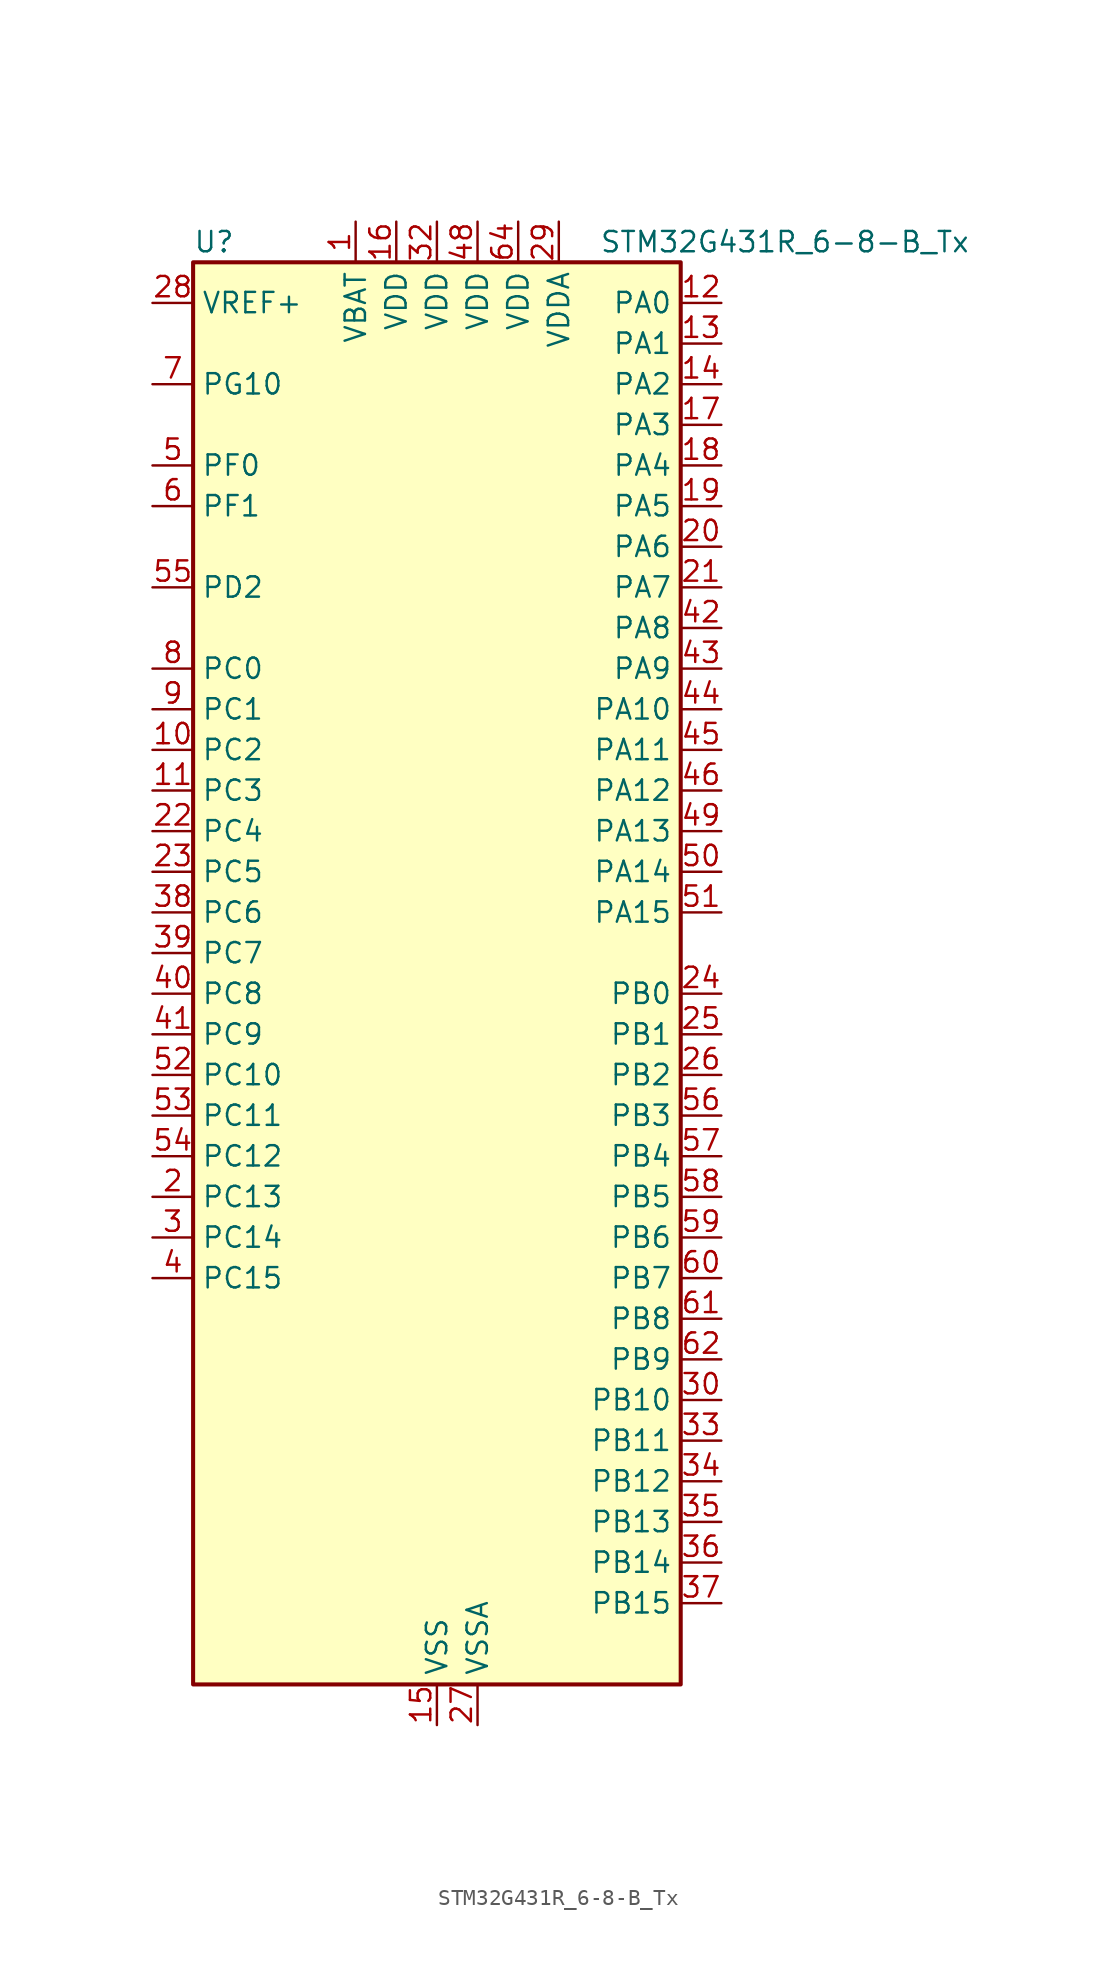
<source format=kicad_sym>
(kicad_symbol_lib
  (version 20220914)
  (generator kicad_symbol_editor)
  (symbol "STM32G431R_6-8-B_Tx"
    (property "Reference" "U"
      (at -15.24 46.99 0)
      (effects (font (size 1.27 1.27)) (justify left)))
    (property "Value" "STM32G431R_6-8-B_Tx"
      (at 10.16 46.99 0)
      (effects (font (size 1.27 1.27)) (justify left)))
    (property "ki_locked" ""
      (at 0 0 0)
      (effects (font (size 1.27 1.27))))
    (symbol "STM32G431R_6-8-B_Tx_0_1"
      (rectangle (start -15.24 -43.18) (end 15.24 45.72) (stroke (width 0.254) (type default)) (fill (type background))))
    (symbol "STM32G431R_6-8-B_Tx_1_1"
      (pin power_in line (at -5.08 48.26 270) (length 2.54) (name "VBAT" (effects (font (size 1.27 1.27)))) (number "1" (effects (font (size 1.27 1.27)))))
      (pin bidirectional line (at -17.78 15.24 0) (length 2.54) (name "PC2" (effects (font (size 1.27 1.27)))) (number "10" (effects (font (size 1.27 1.27)))) (alternate "ADC1_IN8" bidirectional line) (alternate "ADC2_IN8" bidirectional line) (alternate "COMP3_OUT" bidirectional line) (alternate "LPTIM1_IN2" bidirectional line) (alternate "TIM1_CH3" bidirectional line))
      (pin bidirectional line (at -17.78 12.7 0) (length 2.54) (name "PC3" (effects (font (size 1.27 1.27)))) (number "11" (effects (font (size 1.27 1.27)))) (alternate "ADC1_IN9" bidirectional line) (alternate "ADC2_IN9" bidirectional line) (alternate "LPTIM1_ETR" bidirectional line) (alternate "SAI1_D1" bidirectional line) (alternate "SAI1_SD_A" bidirectional line) (alternate "TIM1_BKIN2" bidirectional line) (alternate "TIM1_CH4" bidirectional line))
      (pin bidirectional line (at 17.78 43.18 180) (length 2.54) (name "PA0" (effects (font (size 1.27 1.27)))) (number "12" (effects (font (size 1.27 1.27)))) (alternate "ADC1_IN1" bidirectional line) (alternate "ADC2_IN1" bidirectional line) (alternate "COMP1_INM" bidirectional line) (alternate "COMP1_OUT" bidirectional line) (alternate "COMP3_INP" bidirectional line) (alternate "RTC_TAMP2" bidirectional line) (alternate "SYS_WKUP1" bidirectional line) (alternate "TIM2_CH1" bidirectional line) (alternate "TIM2_ETR" bidirectional line) (alternate "TIM8_BKIN" bidirectional line) (alternate "TIM8_ETR" bidirectional line) (alternate "USART2_CTS" bidirectional line) (alternate "USART2_NSS" bidirectional line))
      (pin bidirectional line (at 17.78 40.64 180) (length 2.54) (name "PA1" (effects (font (size 1.27 1.27)))) (number "13" (effects (font (size 1.27 1.27)))) (alternate "ADC1_IN2" bidirectional line) (alternate "ADC2_IN2" bidirectional line) (alternate "COMP1_INP" bidirectional line) (alternate "OPAMP1_VINP" bidirectional line) (alternate "OPAMP1_VINP_SEC" bidirectional line) (alternate "OPAMP3_VINP" bidirectional line) (alternate "OPAMP3_VINP_SEC" bidirectional line) (alternate "RTC_REFIN" bidirectional line) (alternate "TIM15_CH1N" bidirectional line) (alternate "TIM2_CH2" bidirectional line) (alternate "USART2_DE" bidirectional line) (alternate "USART2_RTS" bidirectional line))
      (pin bidirectional line (at 17.78 38.1 180) (length 2.54) (name "PA2" (effects (font (size 1.27 1.27)))) (number "14" (effects (font (size 1.27 1.27)))) (alternate "ADC1_IN3" bidirectional line) (alternate "COMP2_INM" bidirectional line) (alternate "COMP2_OUT" bidirectional line) (alternate "LPUART1_TX" bidirectional line) (alternate "OPAMP1_VOUT" bidirectional line) (alternate "RCC_LSCO" bidirectional line) (alternate "SYS_WKUP4" bidirectional line) (alternate "TIM15_CH1" bidirectional line) (alternate "TIM2_CH3" bidirectional line) (alternate "UCPD1_FRSTX1" bidirectional line) (alternate "UCPD1_FRSTX2" bidirectional line) (alternate "USART2_TX" bidirectional line))
      (pin power_in line (at 0 -45.72 90) (length 2.54) (name "VSS" (effects (font (size 1.27 1.27)))) (number "15" (effects (font (size 1.27 1.27)))))
      (pin power_in line (at -2.54 48.26 270) (length 2.54) (name "VDD" (effects (font (size 1.27 1.27)))) (number "16" (effects (font (size 1.27 1.27)))))
      (pin bidirectional line (at 17.78 35.56 180) (length 2.54) (name "PA3" (effects (font (size 1.27 1.27)))) (number "17" (effects (font (size 1.27 1.27)))) (alternate "ADC1_IN4" bidirectional line) (alternate "COMP2_INP" bidirectional line) (alternate "LPUART1_RX" bidirectional line) (alternate "OPAMP1_VINM" bidirectional line) (alternate "OPAMP1_VINM0" bidirectional line) (alternate "OPAMP1_VINM_SEC" bidirectional line) (alternate "OPAMP1_VINP" bidirectional line) (alternate "OPAMP1_VINP_SEC" bidirectional line) (alternate "SAI1_CK1" bidirectional line) (alternate "SAI1_MCLK_A" bidirectional line) (alternate "TIM15_CH2" bidirectional line) (alternate "TIM2_CH4" bidirectional line) (alternate "USART2_RX" bidirectional line))
      (pin bidirectional line (at 17.78 33.02 180) (length 2.54) (name "PA4" (effects (font (size 1.27 1.27)))) (number "18" (effects (font (size 1.27 1.27)))) (alternate "ADC2_IN17" bidirectional line) (alternate "COMP1_INM" bidirectional line) (alternate "DAC1_OUT1" bidirectional line) (alternate "I2S3_WS" bidirectional line) (alternate "SAI1_FS_B" bidirectional line) (alternate "SPI1_NSS" bidirectional line) (alternate "SPI3_NSS" bidirectional line) (alternate "TIM3_CH2" bidirectional line) (alternate "USART2_CK" bidirectional line))
      (pin bidirectional line (at 17.78 30.48 180) (length 2.54) (name "PA5" (effects (font (size 1.27 1.27)))) (number "19" (effects (font (size 1.27 1.27)))) (alternate "ADC2_IN13" bidirectional line) (alternate "COMP2_INM" bidirectional line) (alternate "DAC1_OUT2" bidirectional line) (alternate "OPAMP2_VINM" bidirectional line) (alternate "OPAMP2_VINM0" bidirectional line) (alternate "OPAMP2_VINM_SEC" bidirectional line) (alternate "SPI1_SCK" bidirectional line) (alternate "TIM2_CH1" bidirectional line) (alternate "TIM2_ETR" bidirectional line) (alternate "UCPD1_FRSTX1" bidirectional line) (alternate "UCPD1_FRSTX2" bidirectional line))
      (pin bidirectional line (at -17.78 -12.7 0) (length 2.54) (name "PC13" (effects (font (size 1.27 1.27)))) (number "2" (effects (font (size 1.27 1.27)))) (alternate "RTC_OUT1" bidirectional line) (alternate "RTC_TAMP1" bidirectional line) (alternate "RTC_TS" bidirectional line) (alternate "SYS_WKUP2" bidirectional line) (alternate "TIM1_BKIN" bidirectional line) (alternate "TIM1_CH1N" bidirectional line) (alternate "TIM8_CH4N" bidirectional line))
      (pin bidirectional line (at 17.78 27.94 180) (length 2.54) (name "PA6" (effects (font (size 1.27 1.27)))) (number "20" (effects (font (size 1.27 1.27)))) (alternate "ADC2_IN3" bidirectional line) (alternate "COMP1_OUT" bidirectional line) (alternate "LPUART1_CTS" bidirectional line) (alternate "OPAMP2_VOUT" bidirectional line) (alternate "SPI1_MISO" bidirectional line) (alternate "TIM16_CH1" bidirectional line) (alternate "TIM1_BKIN" bidirectional line) (alternate "TIM3_CH1" bidirectional line) (alternate "TIM8_BKIN" bidirectional line))
      (pin bidirectional line (at 17.78 25.4 180) (length 2.54) (name "PA7" (effects (font (size 1.27 1.27)))) (number "21" (effects (font (size 1.27 1.27)))) (alternate "ADC2_IN4" bidirectional line) (alternate "COMP2_INP" bidirectional line) (alternate "COMP2_OUT" bidirectional line) (alternate "OPAMP1_VINP" bidirectional line) (alternate "OPAMP1_VINP_SEC" bidirectional line) (alternate "OPAMP2_VINP" bidirectional line) (alternate "OPAMP2_VINP_SEC" bidirectional line) (alternate "SPI1_MOSI" bidirectional line) (alternate "TIM17_CH1" bidirectional line) (alternate "TIM1_CH1N" bidirectional line) (alternate "TIM3_CH2" bidirectional line) (alternate "TIM8_CH1N" bidirectional line) (alternate "UCPD1_FRSTX1" bidirectional line) (alternate "UCPD1_FRSTX2" bidirectional line))
      (pin bidirectional line (at -17.78 10.16 0) (length 2.54) (name "PC4" (effects (font (size 1.27 1.27)))) (number "22" (effects (font (size 1.27 1.27)))) (alternate "ADC2_IN5" bidirectional line) (alternate "I2C2_SCL" bidirectional line) (alternate "TIM1_ETR" bidirectional line) (alternate "USART1_TX" bidirectional line))
      (pin bidirectional line (at -17.78 7.62 0) (length 2.54) (name "PC5" (effects (font (size 1.27 1.27)))) (number "23" (effects (font (size 1.27 1.27)))) (alternate "ADC2_IN11" bidirectional line) (alternate "OPAMP1_VINM" bidirectional line) (alternate "OPAMP1_VINM1" bidirectional line) (alternate "OPAMP1_VINM_SEC" bidirectional line) (alternate "OPAMP2_VINM" bidirectional line) (alternate "OPAMP2_VINM1" bidirectional line) (alternate "OPAMP2_VINM_SEC" bidirectional line) (alternate "SAI1_D3" bidirectional line) (alternate "SYS_WKUP5" bidirectional line) (alternate "TIM15_BKIN" bidirectional line) (alternate "TIM1_CH4N" bidirectional line) (alternate "USART1_RX" bidirectional line))
      (pin bidirectional line (at 17.78 0 180) (length 2.54) (name "PB0" (effects (font (size 1.27 1.27)))) (number "24" (effects (font (size 1.27 1.27)))) (alternate "ADC1_IN15" bidirectional line) (alternate "COMP4_INP" bidirectional line) (alternate "OPAMP2_VINP" bidirectional line) (alternate "OPAMP2_VINP_SEC" bidirectional line) (alternate "OPAMP3_VINP" bidirectional line) (alternate "OPAMP3_VINP_SEC" bidirectional line) (alternate "TIM1_CH2N" bidirectional line) (alternate "TIM3_CH3" bidirectional line) (alternate "TIM8_CH2N" bidirectional line) (alternate "UCPD1_FRSTX1" bidirectional line) (alternate "UCPD1_FRSTX2" bidirectional line))
      (pin bidirectional line (at 17.78 -2.54 180) (length 2.54) (name "PB1" (effects (font (size 1.27 1.27)))) (number "25" (effects (font (size 1.27 1.27)))) (alternate "ADC1_IN12" bidirectional line) (alternate "COMP1_INP" bidirectional line) (alternate "COMP4_OUT" bidirectional line) (alternate "LPUART1_DE" bidirectional line) (alternate "LPUART1_RTS" bidirectional line) (alternate "OPAMP3_VOUT" bidirectional line) (alternate "TIM1_CH3N" bidirectional line) (alternate "TIM3_CH4" bidirectional line) (alternate "TIM8_CH3N" bidirectional line))
      (pin bidirectional line (at 17.78 -5.08 180) (length 2.54) (name "PB2" (effects (font (size 1.27 1.27)))) (number "26" (effects (font (size 1.27 1.27)))) (alternate "ADC2_IN12" bidirectional line) (alternate "COMP4_INM" bidirectional line) (alternate "I2C3_SMBA" bidirectional line) (alternate "LPTIM1_OUT" bidirectional line) (alternate "OPAMP3_VINM" bidirectional line) (alternate "OPAMP3_VINM0" bidirectional line) (alternate "OPAMP3_VINM_SEC" bidirectional line) (alternate "RTC_OUT2" bidirectional line))
      (pin power_in line (at 2.54 -45.72 90) (length 2.54) (name "VSSA" (effects (font (size 1.27 1.27)))) (number "27" (effects (font (size 1.27 1.27)))))
      (pin input line (at -17.78 43.18 0) (length 2.54) (name "VREF+" (effects (font (size 1.27 1.27)))) (number "28" (effects (font (size 1.27 1.27)))) (alternate "VREFBUF_OUT" bidirectional line))
      (pin power_in line (at 7.62 48.26 270) (length 2.54) (name "VDDA" (effects (font (size 1.27 1.27)))) (number "29" (effects (font (size 1.27 1.27)))))
      (pin bidirectional line (at -17.78 -15.24 0) (length 2.54) (name "PC14" (effects (font (size 1.27 1.27)))) (number "3" (effects (font (size 1.27 1.27)))) (alternate "RCC_OSC32_IN" bidirectional line))
      (pin bidirectional line (at 17.78 -25.4 180) (length 2.54) (name "PB10" (effects (font (size 1.27 1.27)))) (number "30" (effects (font (size 1.27 1.27)))) (alternate "DAC1_EXTI10" bidirectional line) (alternate "DAC3_EXTI10" bidirectional line) (alternate "LPUART1_RX" bidirectional line) (alternate "OPAMP3_VINM" bidirectional line) (alternate "OPAMP3_VINM1" bidirectional line) (alternate "OPAMP3_VINM_SEC" bidirectional line) (alternate "SAI1_SCK_A" bidirectional line) (alternate "TIM1_BKIN" bidirectional line) (alternate "TIM2_CH3" bidirectional line) (alternate "USART3_TX" bidirectional line))
      (pin passive line (at 0 -45.72 90) (length 2.54) hide (name "VSS" (effects (font (size 1.27 1.27)))) (number "31" (effects (font (size 1.27 1.27)))))
      (pin power_in line (at 0 48.26 270) (length 2.54) (name "VDD" (effects (font (size 1.27 1.27)))) (number "32" (effects (font (size 1.27 1.27)))))
      (pin bidirectional line (at 17.78 -27.94 180) (length 2.54) (name "PB11" (effects (font (size 1.27 1.27)))) (number "33" (effects (font (size 1.27 1.27)))) (alternate "ADC1_EXTI11" bidirectional line) (alternate "ADC1_IN14" bidirectional line) (alternate "ADC2_EXTI11" bidirectional line) (alternate "ADC2_IN14" bidirectional line) (alternate "LPUART1_TX" bidirectional line) (alternate "TIM2_CH4" bidirectional line) (alternate "USART3_RX" bidirectional line))
      (pin bidirectional line (at 17.78 -30.48 180) (length 2.54) (name "PB12" (effects (font (size 1.27 1.27)))) (number "34" (effects (font (size 1.27 1.27)))) (alternate "ADC1_IN11" bidirectional line) (alternate "I2C2_SMBA" bidirectional line) (alternate "I2S2_WS" bidirectional line) (alternate "LPUART1_DE" bidirectional line) (alternate "LPUART1_RTS" bidirectional line) (alternate "SPI2_NSS" bidirectional line) (alternate "TIM1_BKIN" bidirectional line) (alternate "USART3_CK" bidirectional line))
      (pin bidirectional line (at 17.78 -33.02 180) (length 2.54) (name "PB13" (effects (font (size 1.27 1.27)))) (number "35" (effects (font (size 1.27 1.27)))) (alternate "I2S2_CK" bidirectional line) (alternate "LPUART1_CTS" bidirectional line) (alternate "OPAMP3_VINP" bidirectional line) (alternate "OPAMP3_VINP_SEC" bidirectional line) (alternate "SPI2_SCK" bidirectional line) (alternate "TIM1_CH1N" bidirectional line) (alternate "USART3_CTS" bidirectional line) (alternate "USART3_NSS" bidirectional line))
      (pin bidirectional line (at 17.78 -35.56 180) (length 2.54) (name "PB14" (effects (font (size 1.27 1.27)))) (number "36" (effects (font (size 1.27 1.27)))) (alternate "ADC1_IN5" bidirectional line) (alternate "COMP4_OUT" bidirectional line) (alternate "OPAMP2_VINP" bidirectional line) (alternate "OPAMP2_VINP_SEC" bidirectional line) (alternate "SPI2_MISO" bidirectional line) (alternate "TIM15_CH1" bidirectional line) (alternate "TIM1_CH2N" bidirectional line) (alternate "USART3_DE" bidirectional line) (alternate "USART3_RTS" bidirectional line))
      (pin bidirectional line (at 17.78 -38.1 180) (length 2.54) (name "PB15" (effects (font (size 1.27 1.27)))) (number "37" (effects (font (size 1.27 1.27)))) (alternate "ADC1_EXTI15" bidirectional line) (alternate "ADC2_EXTI15" bidirectional line) (alternate "ADC2_IN15" bidirectional line) (alternate "COMP3_OUT" bidirectional line) (alternate "I2S2_SD" bidirectional line) (alternate "RTC_REFIN" bidirectional line) (alternate "SPI2_MOSI" bidirectional line) (alternate "TIM15_CH1N" bidirectional line) (alternate "TIM15_CH2" bidirectional line) (alternate "TIM1_CH3N" bidirectional line))
      (pin bidirectional line (at -17.78 5.08 0) (length 2.54) (name "PC6" (effects (font (size 1.27 1.27)))) (number "38" (effects (font (size 1.27 1.27)))) (alternate "I2S2_MCK" bidirectional line) (alternate "TIM3_CH1" bidirectional line) (alternate "TIM8_CH1" bidirectional line))
      (pin bidirectional line (at -17.78 2.54 0) (length 2.54) (name "PC7" (effects (font (size 1.27 1.27)))) (number "39" (effects (font (size 1.27 1.27)))) (alternate "I2S3_MCK" bidirectional line) (alternate "TIM3_CH2" bidirectional line) (alternate "TIM8_CH2" bidirectional line))
      (pin bidirectional line (at -17.78 -17.78 0) (length 2.54) (name "PC15" (effects (font (size 1.27 1.27)))) (number "4" (effects (font (size 1.27 1.27)))) (alternate "ADC1_EXTI15" bidirectional line) (alternate "ADC2_EXTI15" bidirectional line) (alternate "RCC_OSC32_OUT" bidirectional line))
      (pin bidirectional line (at -17.78 0 0) (length 2.54) (name "PC8" (effects (font (size 1.27 1.27)))) (number "40" (effects (font (size 1.27 1.27)))) (alternate "I2C3_SCL" bidirectional line) (alternate "TIM3_CH3" bidirectional line) (alternate "TIM8_CH3" bidirectional line))
      (pin bidirectional line (at -17.78 -2.54 0) (length 2.54) (name "PC9" (effects (font (size 1.27 1.27)))) (number "41" (effects (font (size 1.27 1.27)))) (alternate "DAC1_EXTI9" bidirectional line) (alternate "DAC3_EXTI9" bidirectional line) (alternate "I2C3_SDA" bidirectional line) (alternate "I2S_CKIN" bidirectional line) (alternate "TIM3_CH4" bidirectional line) (alternate "TIM8_BKIN2" bidirectional line) (alternate "TIM8_CH4" bidirectional line))
      (pin bidirectional line (at 17.78 22.86 180) (length 2.54) (name "PA8" (effects (font (size 1.27 1.27)))) (number "42" (effects (font (size 1.27 1.27)))) (alternate "I2C2_SDA" bidirectional line) (alternate "I2C3_SCL" bidirectional line) (alternate "I2S2_MCK" bidirectional line) (alternate "RCC_MCO" bidirectional line) (alternate "SAI1_CK2" bidirectional line) (alternate "SAI1_SCK_A" bidirectional line) (alternate "TIM1_CH1" bidirectional line) (alternate "TIM4_ETR" bidirectional line) (alternate "USART1_CK" bidirectional line))
      (pin bidirectional line (at 17.78 20.32 180) (length 2.54) (name "PA9" (effects (font (size 1.27 1.27)))) (number "43" (effects (font (size 1.27 1.27)))) (alternate "DAC1_EXTI9" bidirectional line) (alternate "DAC3_EXTI9" bidirectional line) (alternate "I2C2_SCL" bidirectional line) (alternate "I2C3_SMBA" bidirectional line) (alternate "I2S3_MCK" bidirectional line) (alternate "SAI1_FS_A" bidirectional line) (alternate "TIM15_BKIN" bidirectional line) (alternate "TIM1_CH2" bidirectional line) (alternate "TIM2_CH3" bidirectional line) (alternate "UCPD1_DBCC1" bidirectional line) (alternate "USART1_TX" bidirectional line))
      (pin bidirectional line (at 17.78 17.78 180) (length 2.54) (name "PA10" (effects (font (size 1.27 1.27)))) (number "44" (effects (font (size 1.27 1.27)))) (alternate "CRS_SYNC" bidirectional line) (alternate "DAC1_EXTI10" bidirectional line) (alternate "DAC3_EXTI10" bidirectional line) (alternate "I2C2_SMBA" bidirectional line) (alternate "SAI1_D1" bidirectional line) (alternate "SAI1_SD_A" bidirectional line) (alternate "SPI2_MISO" bidirectional line) (alternate "TIM17_BKIN" bidirectional line) (alternate "TIM1_CH3" bidirectional line) (alternate "TIM2_CH4" bidirectional line) (alternate "TIM8_BKIN" bidirectional line) (alternate "UCPD1_DBCC2" bidirectional line) (alternate "USART1_RX" bidirectional line))
      (pin bidirectional line (at 17.78 15.24 180) (length 2.54) (name "PA11" (effects (font (size 1.27 1.27)))) (number "45" (effects (font (size 1.27 1.27)))) (alternate "ADC1_EXTI11" bidirectional line) (alternate "ADC2_EXTI11" bidirectional line) (alternate "COMP1_OUT" bidirectional line) (alternate "FDCAN1_RX" bidirectional line) (alternate "I2S2_SD" bidirectional line) (alternate "SPI2_MOSI" bidirectional line) (alternate "TIM1_BKIN2" bidirectional line) (alternate "TIM1_CH1N" bidirectional line) (alternate "TIM1_CH4" bidirectional line) (alternate "TIM4_CH1" bidirectional line) (alternate "USART1_CTS" bidirectional line) (alternate "USART1_NSS" bidirectional line) (alternate "USB_DM" bidirectional line))
      (pin bidirectional line (at 17.78 12.7 180) (length 2.54) (name "PA12" (effects (font (size 1.27 1.27)))) (number "46" (effects (font (size 1.27 1.27)))) (alternate "COMP2_OUT" bidirectional line) (alternate "FDCAN1_TX" bidirectional line) (alternate "I2S_CKIN" bidirectional line) (alternate "TIM16_CH1" bidirectional line) (alternate "TIM1_CH2N" bidirectional line) (alternate "TIM1_ETR" bidirectional line) (alternate "TIM4_CH2" bidirectional line) (alternate "USART1_DE" bidirectional line) (alternate "USART1_RTS" bidirectional line) (alternate "USB_DP" bidirectional line))
      (pin passive line (at 0 -45.72 90) (length 2.54) hide (name "VSS" (effects (font (size 1.27 1.27)))) (number "47" (effects (font (size 1.27 1.27)))))
      (pin power_in line (at 2.54 48.26 270) (length 2.54) (name "VDD" (effects (font (size 1.27 1.27)))) (number "48" (effects (font (size 1.27 1.27)))))
      (pin bidirectional line (at 17.78 10.16 180) (length 2.54) (name "PA13" (effects (font (size 1.27 1.27)))) (number "49" (effects (font (size 1.27 1.27)))) (alternate "I2C1_SCL" bidirectional line) (alternate "IR_OUT" bidirectional line) (alternate "SAI1_SD_B" bidirectional line) (alternate "SYS_JTMS-SWDIO" bidirectional line) (alternate "TIM16_CH1N" bidirectional line) (alternate "TIM4_CH3" bidirectional line) (alternate "USART3_CTS" bidirectional line) (alternate "USART3_NSS" bidirectional line))
      (pin bidirectional line (at -17.78 33.02 0) (length 2.54) (name "PF0" (effects (font (size 1.27 1.27)))) (number "5" (effects (font (size 1.27 1.27)))) (alternate "ADC1_IN10" bidirectional line) (alternate "I2C2_SDA" bidirectional line) (alternate "I2S2_WS" bidirectional line) (alternate "RCC_OSC_IN" bidirectional line) (alternate "SPI2_NSS" bidirectional line) (alternate "TIM1_CH3N" bidirectional line))
      (pin bidirectional line (at 17.78 7.62 180) (length 2.54) (name "PA14" (effects (font (size 1.27 1.27)))) (number "50" (effects (font (size 1.27 1.27)))) (alternate "I2C1_SDA" bidirectional line) (alternate "LPTIM1_OUT" bidirectional line) (alternate "SAI1_FS_B" bidirectional line) (alternate "SYS_JTCK-SWCLK" bidirectional line) (alternate "TIM1_BKIN" bidirectional line) (alternate "TIM8_CH2" bidirectional line) (alternate "USART2_TX" bidirectional line))
      (pin bidirectional line (at 17.78 5.08 180) (length 2.54) (name "PA15" (effects (font (size 1.27 1.27)))) (number "51" (effects (font (size 1.27 1.27)))) (alternate "ADC1_EXTI15" bidirectional line) (alternate "ADC2_EXTI15" bidirectional line) (alternate "I2C1_SCL" bidirectional line) (alternate "I2S3_WS" bidirectional line) (alternate "SPI1_NSS" bidirectional line) (alternate "SPI3_NSS" bidirectional line) (alternate "SYS_JTDI" bidirectional line) (alternate "TIM1_BKIN" bidirectional line) (alternate "TIM2_CH1" bidirectional line) (alternate "TIM2_ETR" bidirectional line) (alternate "TIM8_CH1" bidirectional line) (alternate "UART4_DE" bidirectional line) (alternate "UART4_RTS" bidirectional line) (alternate "USART2_RX" bidirectional line))
      (pin bidirectional line (at -17.78 -5.08 0) (length 2.54) (name "PC10" (effects (font (size 1.27 1.27)))) (number "52" (effects (font (size 1.27 1.27)))) (alternate "DAC1_EXTI10" bidirectional line) (alternate "DAC3_EXTI10" bidirectional line) (alternate "I2S3_CK" bidirectional line) (alternate "SPI3_SCK" bidirectional line) (alternate "TIM8_CH1N" bidirectional line) (alternate "UART4_TX" bidirectional line) (alternate "USART3_TX" bidirectional line))
      (pin bidirectional line (at -17.78 -7.62 0) (length 2.54) (name "PC11" (effects (font (size 1.27 1.27)))) (number "53" (effects (font (size 1.27 1.27)))) (alternate "ADC1_EXTI11" bidirectional line) (alternate "ADC2_EXTI11" bidirectional line) (alternate "I2C3_SDA" bidirectional line) (alternate "SPI3_MISO" bidirectional line) (alternate "TIM8_CH2N" bidirectional line) (alternate "UART4_RX" bidirectional line) (alternate "USART3_RX" bidirectional line))
      (pin bidirectional line (at -17.78 -10.16 0) (length 2.54) (name "PC12" (effects (font (size 1.27 1.27)))) (number "54" (effects (font (size 1.27 1.27)))) (alternate "I2S3_SD" bidirectional line) (alternate "SPI3_MOSI" bidirectional line) (alternate "TIM8_CH3N" bidirectional line) (alternate "UCPD1_FRSTX1" bidirectional line) (alternate "UCPD1_FRSTX2" bidirectional line) (alternate "USART3_CK" bidirectional line))
      (pin bidirectional line (at -17.78 25.4 0) (length 2.54) (name "PD2" (effects (font (size 1.27 1.27)))) (number "55" (effects (font (size 1.27 1.27)))) (alternate "TIM3_ETR" bidirectional line) (alternate "TIM8_BKIN" bidirectional line))
      (pin bidirectional line (at 17.78 -7.62 180) (length 2.54) (name "PB3" (effects (font (size 1.27 1.27)))) (number "56" (effects (font (size 1.27 1.27)))) (alternate "CRS_SYNC" bidirectional line) (alternate "I2S3_CK" bidirectional line) (alternate "SAI1_SCK_B" bidirectional line) (alternate "SPI1_SCK" bidirectional line) (alternate "SPI3_SCK" bidirectional line) (alternate "SYS_JTDO-SWO" bidirectional line) (alternate "TIM2_CH2" bidirectional line) (alternate "TIM3_ETR" bidirectional line) (alternate "TIM4_ETR" bidirectional line) (alternate "TIM8_CH1N" bidirectional line) (alternate "USART2_TX" bidirectional line))
      (pin bidirectional line (at 17.78 -10.16 180) (length 2.54) (name "PB4" (effects (font (size 1.27 1.27)))) (number "57" (effects (font (size 1.27 1.27)))) (alternate "SAI1_MCLK_B" bidirectional line) (alternate "SPI1_MISO" bidirectional line) (alternate "SPI3_MISO" bidirectional line) (alternate "SYS_JTRST" bidirectional line) (alternate "TIM16_CH1" bidirectional line) (alternate "TIM17_BKIN" bidirectional line) (alternate "TIM3_CH1" bidirectional line) (alternate "TIM8_CH2N" bidirectional line) (alternate "UCPD1_CC2" bidirectional line) (alternate "USART2_RX" bidirectional line))
      (pin bidirectional line (at 17.78 -12.7 180) (length 2.54) (name "PB5" (effects (font (size 1.27 1.27)))) (number "58" (effects (font (size 1.27 1.27)))) (alternate "I2C1_SMBA" bidirectional line) (alternate "I2C3_SDA" bidirectional line) (alternate "I2S3_SD" bidirectional line) (alternate "LPTIM1_IN1" bidirectional line) (alternate "SAI1_SD_B" bidirectional line) (alternate "SPI1_MOSI" bidirectional line) (alternate "SPI3_MOSI" bidirectional line) (alternate "TIM16_BKIN" bidirectional line) (alternate "TIM17_CH1" bidirectional line) (alternate "TIM3_CH2" bidirectional line) (alternate "TIM8_CH3N" bidirectional line) (alternate "USART2_CK" bidirectional line))
      (pin bidirectional line (at 17.78 -15.24 180) (length 2.54) (name "PB6" (effects (font (size 1.27 1.27)))) (number "59" (effects (font (size 1.27 1.27)))) (alternate "COMP4_OUT" bidirectional line) (alternate "LPTIM1_ETR" bidirectional line) (alternate "SAI1_FS_B" bidirectional line) (alternate "TIM16_CH1N" bidirectional line) (alternate "TIM4_CH1" bidirectional line) (alternate "TIM8_BKIN2" bidirectional line) (alternate "TIM8_CH1" bidirectional line) (alternate "TIM8_ETR" bidirectional line) (alternate "UCPD1_CC1" bidirectional line) (alternate "USART1_TX" bidirectional line))
      (pin bidirectional line (at -17.78 30.48 0) (length 2.54) (name "PF1" (effects (font (size 1.27 1.27)))) (number "6" (effects (font (size 1.27 1.27)))) (alternate "ADC2_IN10" bidirectional line) (alternate "COMP3_INM" bidirectional line) (alternate "I2S2_CK" bidirectional line) (alternate "RCC_OSC_OUT" bidirectional line) (alternate "SPI2_SCK" bidirectional line))
      (pin bidirectional line (at 17.78 -17.78 180) (length 2.54) (name "PB7" (effects (font (size 1.27 1.27)))) (number "60" (effects (font (size 1.27 1.27)))) (alternate "COMP3_OUT" bidirectional line) (alternate "I2C1_SDA" bidirectional line) (alternate "LPTIM1_IN2" bidirectional line) (alternate "SYS_PVD_IN" bidirectional line) (alternate "TIM17_CH1N" bidirectional line) (alternate "TIM3_CH4" bidirectional line) (alternate "TIM4_CH2" bidirectional line) (alternate "TIM8_BKIN" bidirectional line) (alternate "UART4_CTS" bidirectional line) (alternate "USART1_RX" bidirectional line))
      (pin bidirectional line (at 17.78 -20.32 180) (length 2.54) (name "PB8" (effects (font (size 1.27 1.27)))) (number "61" (effects (font (size 1.27 1.27)))) (alternate "COMP1_OUT" bidirectional line) (alternate "FDCAN1_RX" bidirectional line) (alternate "I2C1_SCL" bidirectional line) (alternate "SAI1_CK1" bidirectional line) (alternate "SAI1_MCLK_A" bidirectional line) (alternate "TIM16_CH1" bidirectional line) (alternate "TIM1_BKIN" bidirectional line) (alternate "TIM4_CH3" bidirectional line) (alternate "TIM8_CH2" bidirectional line) (alternate "USART3_RX" bidirectional line))
      (pin bidirectional line (at 17.78 -22.86 180) (length 2.54) (name "PB9" (effects (font (size 1.27 1.27)))) (number "62" (effects (font (size 1.27 1.27)))) (alternate "COMP2_OUT" bidirectional line) (alternate "DAC1_EXTI9" bidirectional line) (alternate "DAC3_EXTI9" bidirectional line) (alternate "FDCAN1_TX" bidirectional line) (alternate "I2C1_SDA" bidirectional line) (alternate "IR_OUT" bidirectional line) (alternate "SAI1_D2" bidirectional line) (alternate "SAI1_FS_A" bidirectional line) (alternate "TIM17_CH1" bidirectional line) (alternate "TIM1_CH3N" bidirectional line) (alternate "TIM4_CH4" bidirectional line) (alternate "TIM8_CH3" bidirectional line) (alternate "USART3_TX" bidirectional line))
      (pin passive line (at 0 -45.72 90) (length 2.54) hide (name "VSS" (effects (font (size 1.27 1.27)))) (number "63" (effects (font (size 1.27 1.27)))))
      (pin power_in line (at 5.08 48.26 270) (length 2.54) (name "VDD" (effects (font (size 1.27 1.27)))) (number "64" (effects (font (size 1.27 1.27)))))
      (pin bidirectional line (at -17.78 38.1 0) (length 2.54) (name "PG10" (effects (font (size 1.27 1.27)))) (number "7" (effects (font (size 1.27 1.27)))) (alternate "DAC1_EXTI10" bidirectional line) (alternate "DAC3_EXTI10" bidirectional line) (alternate "RCC_MCO" bidirectional line))
      (pin bidirectional line (at -17.78 20.32 0) (length 2.54) (name "PC0" (effects (font (size 1.27 1.27)))) (number "8" (effects (font (size 1.27 1.27)))) (alternate "ADC1_IN6" bidirectional line) (alternate "ADC2_IN6" bidirectional line) (alternate "COMP3_INM" bidirectional line) (alternate "LPTIM1_IN1" bidirectional line) (alternate "LPUART1_RX" bidirectional line) (alternate "TIM1_CH1" bidirectional line))
      (pin bidirectional line (at -17.78 17.78 0) (length 2.54) (name "PC1" (effects (font (size 1.27 1.27)))) (number "9" (effects (font (size 1.27 1.27)))) (alternate "ADC1_IN7" bidirectional line) (alternate "ADC2_IN7" bidirectional line) (alternate "COMP3_INP" bidirectional line) (alternate "LPTIM1_OUT" bidirectional line) (alternate "LPUART1_TX" bidirectional line) (alternate "SAI1_SD_A" bidirectional line) (alternate "TIM1_CH2" bidirectional line)))))
</source>
